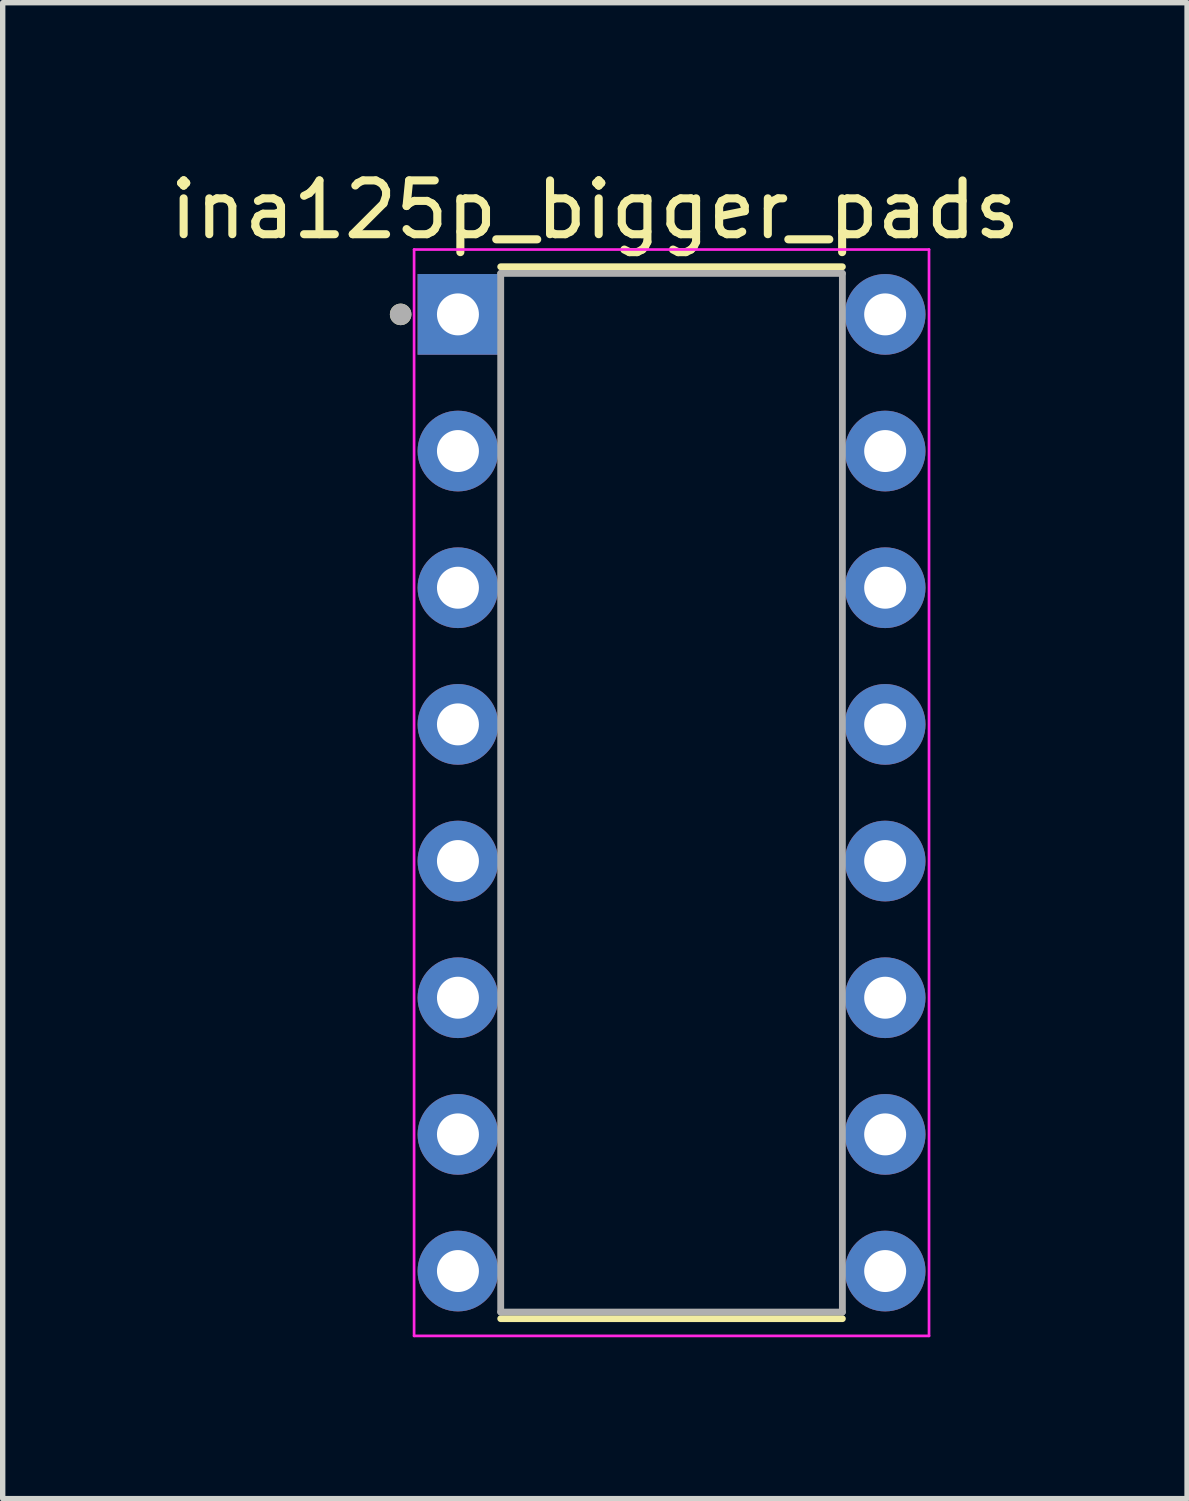
<source format=kicad_pcb>
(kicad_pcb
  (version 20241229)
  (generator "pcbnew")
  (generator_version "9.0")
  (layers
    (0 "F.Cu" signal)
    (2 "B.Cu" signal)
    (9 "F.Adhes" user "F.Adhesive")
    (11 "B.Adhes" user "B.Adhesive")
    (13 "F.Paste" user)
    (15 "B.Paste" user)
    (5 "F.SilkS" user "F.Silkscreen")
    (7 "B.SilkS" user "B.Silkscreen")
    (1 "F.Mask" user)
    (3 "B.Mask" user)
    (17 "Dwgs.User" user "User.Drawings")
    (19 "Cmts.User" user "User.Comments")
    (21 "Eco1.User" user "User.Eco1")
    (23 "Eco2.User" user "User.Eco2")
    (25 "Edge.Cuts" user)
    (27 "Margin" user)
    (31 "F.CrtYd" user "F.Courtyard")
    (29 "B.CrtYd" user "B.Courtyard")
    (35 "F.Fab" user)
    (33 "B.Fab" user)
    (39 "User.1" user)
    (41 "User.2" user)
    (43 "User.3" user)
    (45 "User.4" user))
  (footprint "ina125p_bigger_pads"
    (layer "F.Cu")
    (at 9.431 11.683)
    (property "Reference" "ina125p_bigger_pads" (at -1.425 -10.835 0) (layer "F.SilkS") (effects (font (size 1 1) (thickness 0.15))))
    (attr through_hole)
    (fp_line (start -3.175 -9.775) (end 3.175 -9.775) (stroke (width 0.127) (type solid)) (layer "F.SilkS"))
    (fp_line (start -3.175 9.775) (end 3.175 9.775) (stroke (width 0.127) (type solid)) (layer "F.SilkS"))
    (fp_circle (center -5.035 -8.89) (end -4.935 -8.89) (stroke (width 0.2) (type solid)) (fill no) (layer "F.SilkS"))
    (fp_line (start -4.785 -10.095) (end -4.785 10.095) (stroke (width 0.05) (type solid)) (layer "F.CrtYd"))
    (fp_line (start 4.785 -10.095) (end -4.785 -10.095) (stroke (width 0.05) (type solid)) (layer "F.CrtYd"))
    (fp_line (start 4.785 -10.095) (end 4.785 10.095) (stroke (width 0.05) (type solid)) (layer "F.CrtYd"))
    (fp_line (start 4.785 10.095) (end -4.785 10.095) (stroke (width 0.05) (type solid)) (layer "F.CrtYd"))
    (fp_line (start -3.175 -9.652) (end -3.175 9.652) (stroke (width 0.127) (type solid)) (layer "F.Fab"))
    (fp_line (start -3.175 -9.652) (end 3.175 -9.652) (stroke (width 0.127) (type solid)) (layer "F.Fab"))
    (fp_line (start -3.175 9.652) (end 3.175 9.652) (stroke (width 0.127) (type solid)) (layer "F.Fab"))
    (fp_line (start 3.175 -9.652) (end 3.175 9.652) (stroke (width 0.127) (type solid)) (layer "F.Fab"))
    (fp_circle (center -5.035 -8.89) (end -4.935 -8.89) (stroke (width 0.2) (type solid)) (fill no) (layer "F.Fab"))
    (pad "1" thru_hole rect (at -3.97 -8.89) (size 1.5 1.5) (drill 0.78) (layers "*.Cu" "*.Mask"))
    (pad "2" thru_hole circle (at -3.97 -6.35) (size 1.5 1.5) (drill 0.78) (layers "*.Cu" "*.Mask"))
    (pad "3" thru_hole circle (at -3.97 -3.81) (size 1.5 1.5) (drill 0.78) (layers "*.Cu" "*.Mask"))
    (pad "4" thru_hole circle (at -3.97 -1.27) (size 1.5 1.5) (drill 0.78) (layers "*.Cu" "*.Mask"))
    (pad "5" thru_hole circle (at -3.97 1.27) (size 1.5 1.5) (drill 0.78) (layers "*.Cu" "*.Mask"))
    (pad "6" thru_hole circle (at -3.97 3.81) (size 1.5 1.5) (drill 0.78) (layers "*.Cu" "*.Mask"))
    (pad "7" thru_hole circle (at -3.97 6.35) (size 1.5 1.5) (drill 0.78) (layers "*.Cu" "*.Mask"))
    (pad "8" thru_hole circle (at -3.97 8.89) (size 1.5 1.5) (drill 0.78) (layers "*.Cu" "*.Mask"))
    (pad "9" thru_hole circle (at 3.97 8.89) (size 1.5 1.5) (drill 0.78) (layers "*.Cu" "*.Mask"))
    (pad "10" thru_hole circle (at 3.97 6.35) (size 1.5 1.5) (drill 0.78) (layers "*.Cu" "*.Mask"))
    (pad "11" thru_hole circle (at 3.97 3.81) (size 1.5 1.5) (drill 0.78) (layers "*.Cu" "*.Mask"))
    (pad "12" thru_hole circle (at 3.97 1.27) (size 1.5 1.5) (drill 0.78) (layers "*.Cu" "*.Mask"))
    (pad "13" thru_hole circle (at 3.97 -1.27) (size 1.5 1.5) (drill 0.78) (layers "*.Cu" "*.Mask"))
    (pad "14" thru_hole circle (at 3.97 -3.81) (size 1.5 1.5) (drill 0.78) (layers "*.Cu" "*.Mask"))
    (pad "15" thru_hole circle (at 3.97 -6.35) (size 1.5 1.5) (drill 0.78) (layers "*.Cu" "*.Mask"))
    (pad "16" thru_hole circle (at 3.97 -8.89) (size 1.5 1.5) (drill 0.78) (layers "*.Cu" "*.Mask")))
  (gr_rect
    (start -3 -3)
    (end 19.012 24.803)
    (stroke (width 0.1) (type default))
    (fill no)
    (layer "Edge.Cuts")))
</source>
